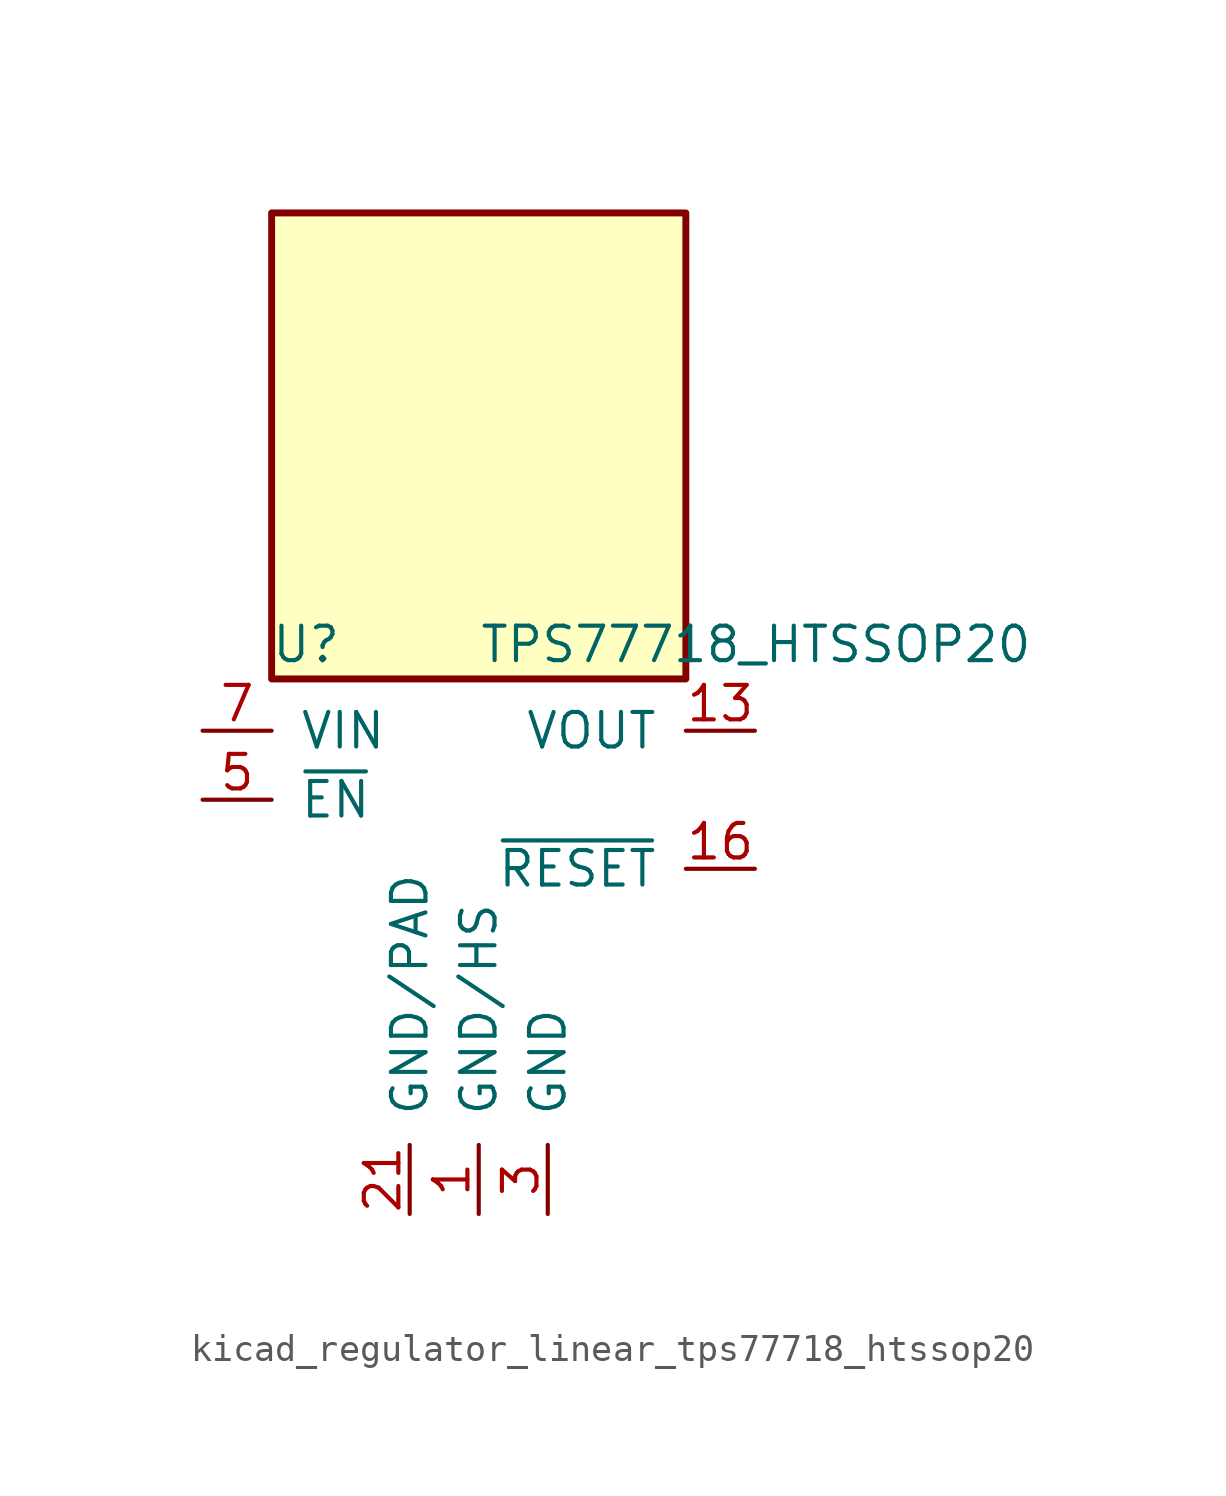
<source format=kicad_sym>
(kicad_symbol_lib
  (version 20220914)
  (generator kicad_symbol_editor)
  (symbol "kicad_regulator_linear_tps77718_htssop20"
    (pin_names
      (offset 1.016))
    (property "Reference" "U"
      (at -6.35 5.715 0)
      (effects (font (size 1.27 1.27))))
    (property "Value" "TPS77718_HTSSOP20"
      (at 0 5.715 0)
      (effects (font (size 1.27 1.27)) (justify left)))
    (symbol "kicad_regulator_linear_tps77718_htssop20_0_1"
      (rectangle (start 7.62 21.59) (end -7.62 4.445) (stroke (width 0.254) (type default)) (fill (type background))))
    (symbol "kicad_regulator_linear_tps77718_htssop20_1_1"
      (pin power_in line (at 0 -15.24 90) (length 2.54) (name "GND/HS" (effects (font (size 1.27 1.27)))) (number "1" (effects (font (size 1.27 1.27)))))
      (pin passive line (at 0 -15.24 90) (length 2.54) hide (name "GND/HS" (effects (font (size 1.27 1.27)))) (number "10" (effects (font (size 1.27 1.27)))))
      (pin passive line (at 0 -15.24 90) (length 2.54) hide (name "GND/HS" (effects (font (size 1.27 1.27)))) (number "11" (effects (font (size 1.27 1.27)))))
      (pin passive line (at 0 -15.24 90) (length 2.54) hide (name "GND/HS" (effects (font (size 1.27 1.27)))) (number "12" (effects (font (size 1.27 1.27)))))
      (pin power_out line (at 10.16 2.54 180) (length 2.54) (name "VOUT" (effects (font (size 1.27 1.27)))) (number "13" (effects (font (size 1.27 1.27)))))
      (pin passive line (at 10.16 2.54 180) (length 2.54) hide (name "VOUT" (effects (font (size 1.27 1.27)))) (number "14" (effects (font (size 1.27 1.27)))))
      (pin no_connect line (at 7.62 0 180) (length 2.54) hide (name "NC" (effects (font (size 1.27 1.27)))) (number "15" (effects (font (size 1.27 1.27)))))
      (pin open_collector line (at 10.16 -2.54 180) (length 2.54) (name "~{RESET}" (effects (font (size 1.27 1.27)))) (number "16" (effects (font (size 1.27 1.27)))))
      (pin no_connect line (at 7.62 -5.08 180) (length 2.54) hide (name "NC" (effects (font (size 1.27 1.27)))) (number "17" (effects (font (size 1.27 1.27)))))
      (pin no_connect line (at 7.62 -7.62 180) (length 2.54) hide (name "NC" (effects (font (size 1.27 1.27)))) (number "18" (effects (font (size 1.27 1.27)))))
      (pin passive line (at 0 -15.24 90) (length 2.54) hide (name "GND/HS" (effects (font (size 1.27 1.27)))) (number "19" (effects (font (size 1.27 1.27)))))
      (pin passive line (at 0 -15.24 90) (length 2.54) hide (name "GND/HS" (effects (font (size 1.27 1.27)))) (number "2" (effects (font (size 1.27 1.27)))))
      (pin passive line (at 0 -15.24 90) (length 2.54) hide (name "GND/HS" (effects (font (size 1.27 1.27)))) (number "20" (effects (font (size 1.27 1.27)))))
      (pin power_in line (at -2.54 -15.24 90) (length 2.54) (name "GND/PAD" (effects (font (size 1.27 1.27)))) (number "21" (effects (font (size 1.27 1.27)))))
      (pin power_in line (at 2.54 -15.24 90) (length 2.54) (name "GND" (effects (font (size 1.27 1.27)))) (number "3" (effects (font (size 1.27 1.27)))))
      (pin no_connect line (at -7.62 -2.54 0) (length 2.54) hide (name "NC" (effects (font (size 1.27 1.27)))) (number "4" (effects (font (size 1.27 1.27)))))
      (pin input line (at -10.16 0 0) (length 2.54) (name "~{EN}" (effects (font (size 1.27 1.27)))) (number "5" (effects (font (size 1.27 1.27)))))
      (pin passive line (at -10.16 2.54 0) (length 2.54) hide (name "VIN" (effects (font (size 1.27 1.27)))) (number "6" (effects (font (size 1.27 1.27)))))
      (pin power_in line (at -10.16 2.54 0) (length 2.54) (name "VIN" (effects (font (size 1.27 1.27)))) (number "7" (effects (font (size 1.27 1.27)))))
      (pin no_connect line (at -7.62 -5.08 0) (length 2.54) hide (name "NC" (effects (font (size 1.27 1.27)))) (number "8" (effects (font (size 1.27 1.27)))))
      (pin passive line (at 0 -15.24 90) (length 2.54) hide (name "GND/HS" (effects (font (size 1.27 1.27)))) (number "9" (effects (font (size 1.27 1.27))))))))
</source>
